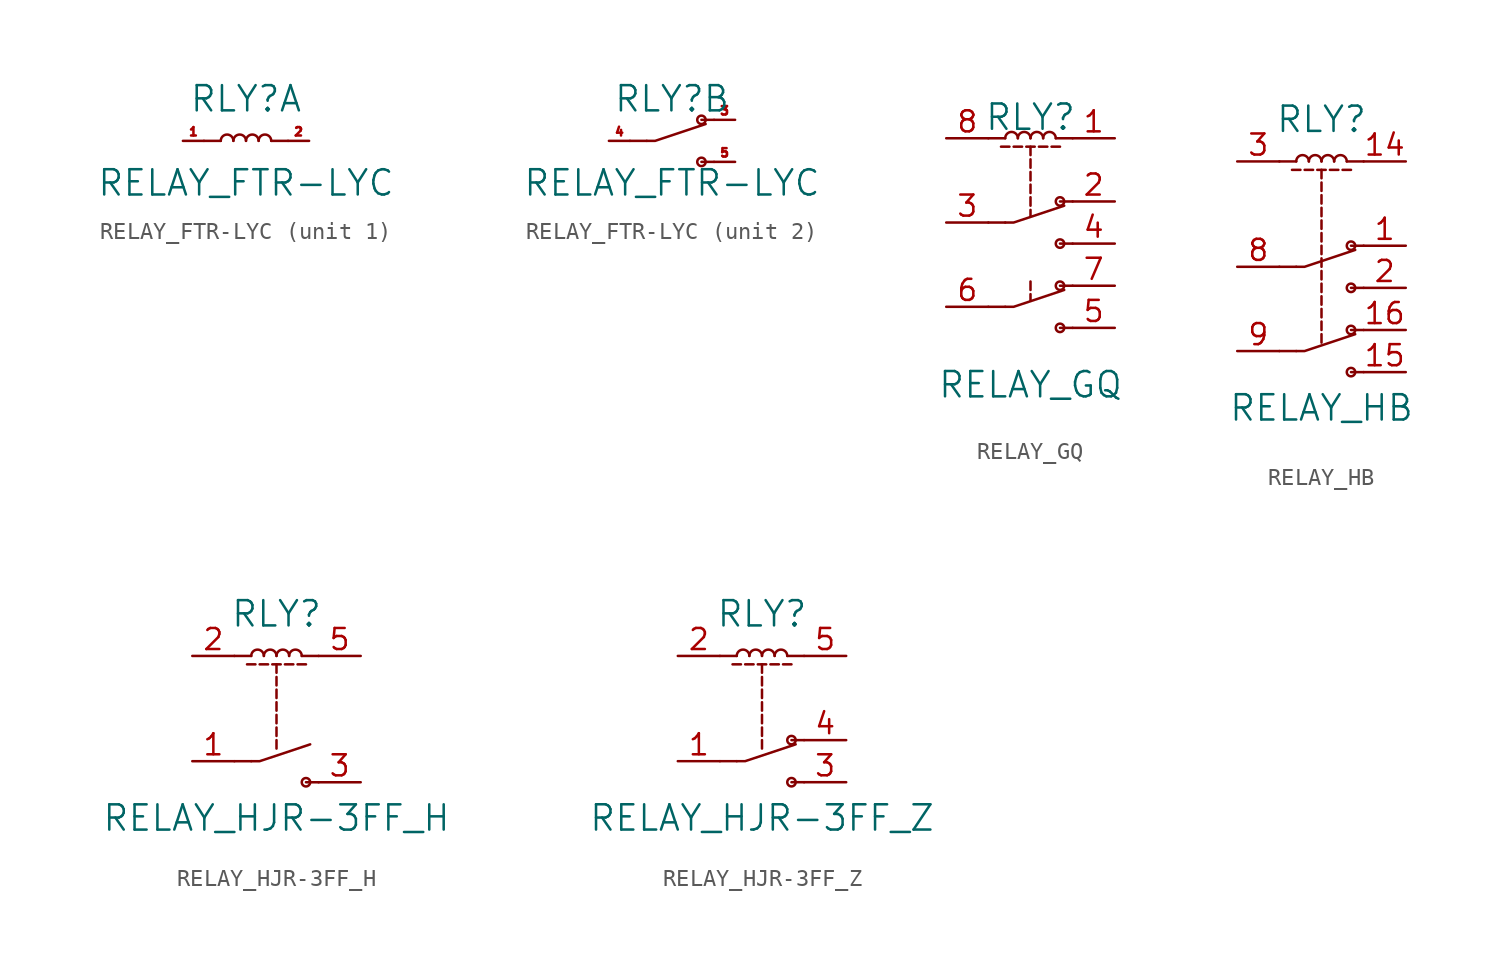
<source format=kicad_sym>
(kicad_symbol_lib
  (version 20220914)
  (generator kicad_symbol_editor)
  (symbol "RELAY_FTR-LYC"
    (pin_names
      (offset 1.016))
    (property "Reference" "RLY"
      (at 0 2.54 0)
      (effects (font (size 1.524 1.524))))
    (property "Value" "RELAY_FTR-LYC"
      (at 0 -2.54 0)
      (effects (font (size 1.524 1.524))))
    (property "Footprint" ""
      (at 0 0 0)
      (effects (font (size 1.524 1.524))))
    (property "Datasheet" ""
      (at 0 0 0)
      (effects (font (size 1.524 1.524))))
    (property "ki_locked" ""
      (at 0 0 0)
      (effects (font (size 1.27 1.27))))
    (symbol "RELAY_FTR-LYC_1_1"
      (arc (start -0.762 0) (mid -1.143 0.3794) (end -1.524 0) (stroke (width 0) (type solid)) (fill (type none)))
      (arc (start 0 0) (mid -0.381 0.3794) (end -0.762 0) (stroke (width 0) (type solid)) (fill (type none)))
      (polyline (pts (xy -1.524 0) (xy -2.54 0) (xy -2.54 0)) (stroke (width 0) (type solid)) (fill (type none)))
      (polyline (pts (xy 1.524 0) (xy 2.54 0) (xy 2.54 0)) (stroke (width 0) (type solid)) (fill (type none)))
      (arc (start 0.762 0) (mid 0.381 0.3794) (end 0 0) (stroke (width 0) (type solid)) (fill (type none)))
      (arc (start 1.524 0) (mid 1.143 0.3794) (end 0.762 0) (stroke (width 0) (type solid)) (fill (type none)))
      (pin passive line (at -3.81 0 0) (length 1.27) (name "~" (effects (font (size 1.27 1.27)))) (number "1" (effects (font (size 0.508 0.508)))))
      (pin passive line (at 3.81 0 180) (length 1.27) (name "~" (effects (font (size 1.27 1.27)))) (number "2" (effects (font (size 0.508 0.508))))))
    (symbol "RELAY_FTR-LYC_2_1"
      (polyline (pts (xy -1.524 0) (xy -2.54 0) (xy -2.54 0)) (stroke (width 0) (type solid)) (fill (type none)))
      (polyline (pts (xy 2.54 -1.27) (xy 1.778 -1.27) (xy 1.778 -1.27)) (stroke (width 0) (type solid)) (fill (type none)))
      (polyline (pts (xy 2.54 1.27) (xy 1.778 1.27) (xy 1.778 1.27)) (stroke (width 0) (type solid)) (fill (type none)))
      (polyline (pts (xy -1.524 0) (xy -1.016 0) (xy 2.032 1.016) (xy 2.032 1.016)) (stroke (width 0) (type solid)) (fill (type none)))
      (circle (center 1.778 -1.27) (radius 0.254) (stroke (width 0) (type solid)) (fill (type none)))
      (circle (center 1.778 1.27) (radius 0.254) (stroke (width 0) (type solid)) (fill (type none)))
      (pin passive line (at 3.81 1.27 180) (length 1.27) (name "~" (effects (font (size 1.27 1.27)))) (number "3" (effects (font (size 0.508 0.508)))))
      (pin passive line (at -3.81 0 0) (length 1.27) (name "~" (effects (font (size 1.27 1.27)))) (number "4" (effects (font (size 0.508 0.508)))))
      (pin passive line (at 3.81 -1.27 180) (length 1.27) (name "~" (effects (font (size 1.27 1.27)))) (number "5" (effects (font (size 0.508 0.508)))))))
  (symbol "RELAY_GQ"
    (pin_names
      (offset 1.016))
    (property "Reference" "RLY"
      (at 0 6.35 0)
      (effects (font (size 1.524 1.524))))
    (property "Value" "RELAY_GQ"
      (at 0 -9.779 0)
      (effects (font (size 1.524 1.524))))
    (property "Footprint" ""
      (at 0 0 0)
      (effects (font (size 1.524 1.524))))
    (property "Datasheet" ""
      (at 0 0 0)
      (effects (font (size 1.524 1.524))))
    (symbol "RELAY_GQ_0_1"
      (arc (start -0.762 5.08) (mid -1.143 5.4594) (end -1.524 5.08) (stroke (width 0) (type solid)) (fill (type none)))
      (polyline (pts (xy -1.778 4.572) (xy -1.27 4.572) (xy -1.27 4.572)) (stroke (width 0) (type solid)) (fill (type none)))
      (polyline (pts (xy -1.524 -5.08) (xy -2.54 -5.08) (xy -2.54 -5.08)) (stroke (width 0) (type solid)) (fill (type none)))
      (polyline (pts (xy -1.524 0) (xy -2.54 0) (xy -2.54 0)) (stroke (width 0) (type solid)) (fill (type none)))
      (polyline (pts (xy -1.524 5.08) (xy -2.54 5.08) (xy -2.54 5.08)) (stroke (width 0) (type solid)) (fill (type none)))
      (polyline (pts (xy -1.016 4.572) (xy -0.508 4.572) (xy -0.508 4.572)) (stroke (width 0) (type solid)) (fill (type none)))
      (polyline (pts (xy -0.254 4.572) (xy 0.254 4.572) (xy 0.254 4.572)) (stroke (width 0) (type solid)) (fill (type none)))
      (polyline (pts (xy 0 -4.318) (xy 0 -4.699) (xy 0 -4.699)) (stroke (width 0) (type solid)) (fill (type none)))
      (polyline (pts (xy 0 -3.556) (xy 0 -4.064) (xy 0 -4.064)) (stroke (width 0) (type solid)) (fill (type none)))
      (polyline (pts (xy 0 0.762) (xy 0 0.381) (xy 0 0.381)) (stroke (width 0) (type solid)) (fill (type none)))
      (polyline (pts (xy 0 1.524) (xy 0 1.016) (xy 0 1.016)) (stroke (width 0) (type solid)) (fill (type none)))
      (polyline (pts (xy 0 2.286) (xy 0 1.778) (xy 0 1.778)) (stroke (width 0) (type solid)) (fill (type none)))
      (polyline (pts (xy 0 3.048) (xy 0 2.54) (xy 0 2.54)) (stroke (width 0) (type solid)) (fill (type none)))
      (polyline (pts (xy 0 3.81) (xy 0 3.302) (xy 0 3.302)) (stroke (width 0) (type solid)) (fill (type none)))
      (polyline (pts (xy 0 4.572) (xy 0 4.064) (xy 0 4.064)) (stroke (width 0) (type solid)) (fill (type none)))
      (polyline (pts (xy 0.508 4.572) (xy 1.016 4.572) (xy 1.016 4.572)) (stroke (width 0) (type solid)) (fill (type none)))
      (polyline (pts (xy 1.27 4.572) (xy 1.778 4.572) (xy 1.778 4.572)) (stroke (width 0) (type solid)) (fill (type none)))
      (polyline (pts (xy 1.524 5.08) (xy 2.54 5.08) (xy 2.54 5.08)) (stroke (width 0) (type solid)) (fill (type none)))
      (polyline (pts (xy 2.54 -6.35) (xy 1.778 -6.35) (xy 1.778 -6.35)) (stroke (width 0) (type solid)) (fill (type none)))
      (polyline (pts (xy 2.54 -3.81) (xy 1.778 -3.81) (xy 1.778 -3.81)) (stroke (width 0) (type solid)) (fill (type none)))
      (polyline (pts (xy 2.54 -1.27) (xy 1.778 -1.27) (xy 1.778 -1.27)) (stroke (width 0) (type solid)) (fill (type none)))
      (polyline (pts (xy 2.54 1.27) (xy 1.778 1.27) (xy 1.778 1.27)) (stroke (width 0) (type solid)) (fill (type none)))
      (polyline (pts (xy -1.524 -5.08) (xy -1.016 -5.08) (xy 2.032 -4.064) (xy 2.032 -4.064)) (stroke (width 0) (type solid)) (fill (type none)))
      (polyline (pts (xy -1.524 0) (xy -1.016 0) (xy 2.032 1.016) (xy 2.032 1.016)) (stroke (width 0) (type solid)) (fill (type none)))
      (arc (start 0 5.08) (mid -0.381 5.4594) (end -0.762 5.08) (stroke (width 0) (type solid)) (fill (type none)))
      (arc (start 0.762 5.08) (mid 0.381 5.4594) (end 0 5.08) (stroke (width 0) (type solid)) (fill (type none)))
      (arc (start 1.524 5.08) (mid 1.143 5.4594) (end 0.762 5.08) (stroke (width 0) (type solid)) (fill (type none)))
      (circle (center 1.778 -6.35) (radius 0.254) (stroke (width 0) (type solid)) (fill (type none)))
      (circle (center 1.778 -3.81) (radius 0.254) (stroke (width 0) (type solid)) (fill (type none)))
      (circle (center 1.778 -1.27) (radius 0.254) (stroke (width 0) (type solid)) (fill (type none)))
      (circle (center 1.778 1.27) (radius 0.254) (stroke (width 0) (type solid)) (fill (type none))))
    (symbol "RELAY_GQ_1_1"
      (pin passive line (at 5.08 5.08 180) (length 2.54) (name "~" (effects (font (size 1.27 1.27)))) (number "1" (effects (font (size 1.27 1.27)))))
      (pin passive line (at 5.08 1.27 180) (length 2.54) (name "~" (effects (font (size 1.27 1.27)))) (number "2" (effects (font (size 1.27 1.27)))))
      (pin passive line (at -5.08 0 0) (length 2.54) (name "~" (effects (font (size 1.27 1.27)))) (number "3" (effects (font (size 1.27 1.27)))))
      (pin passive line (at 5.08 -1.27 180) (length 2.54) (name "~" (effects (font (size 1.27 1.27)))) (number "4" (effects (font (size 1.27 1.27)))))
      (pin passive line (at 5.08 -6.35 180) (length 2.54) (name "~" (effects (font (size 1.27 1.27)))) (number "5" (effects (font (size 1.27 1.27)))))
      (pin passive line (at -5.08 -5.08 0) (length 2.54) (name "~" (effects (font (size 1.27 1.27)))) (number "6" (effects (font (size 1.27 1.27)))))
      (pin passive line (at 5.08 -3.81 180) (length 2.54) (name "~" (effects (font (size 1.27 1.27)))) (number "7" (effects (font (size 1.27 1.27)))))
      (pin passive line (at -5.08 5.08 0) (length 2.54) (name "~" (effects (font (size 1.27 1.27)))) (number "8" (effects (font (size 1.27 1.27)))))))
  (symbol "RELAY_HB"
    (pin_names
      (offset 1.016))
    (property "Reference" "RLY"
      (at 0 8.89 0)
      (effects (font (size 1.524 1.524))))
    (property "Value" "RELAY_HB"
      (at 0 -8.509 0)
      (effects (font (size 1.524 1.524))))
    (property "Footprint" ""
      (at 0 0 0)
      (effects (font (size 1.524 1.524))))
    (property "Datasheet" ""
      (at 0 0 0)
      (effects (font (size 1.524 1.524))))
    (symbol "RELAY_HB_0_1"
      (arc (start -0.762 6.35) (mid -1.143 6.7294) (end -1.524 6.35) (stroke (width 0) (type solid)) (fill (type none)))
      (polyline (pts (xy -1.778 5.842) (xy -1.27 5.842) (xy -1.27 5.842)) (stroke (width 0) (type solid)) (fill (type none)))
      (polyline (pts (xy -1.524 -5.08) (xy -2.54 -5.08) (xy -2.54 -5.08)) (stroke (width 0) (type solid)) (fill (type none)))
      (polyline (pts (xy -1.524 0) (xy -2.54 0) (xy -2.54 0)) (stroke (width 0) (type solid)) (fill (type none)))
      (polyline (pts (xy -1.524 6.35) (xy -2.54 6.35) (xy -2.54 6.35)) (stroke (width 0) (type solid)) (fill (type none)))
      (polyline (pts (xy -1.016 5.842) (xy -0.508 5.842) (xy -0.508 5.842)) (stroke (width 0) (type solid)) (fill (type none)))
      (polyline (pts (xy -0.254 5.842) (xy 0.254 5.842) (xy 0.254 5.842)) (stroke (width 0) (type solid)) (fill (type none)))
      (polyline (pts (xy 0 -4.064) (xy 0 -4.572) (xy 0 -4.572)) (stroke (width 0) (type solid)) (fill (type none)))
      (polyline (pts (xy 0 -3.302) (xy 0 -3.81) (xy 0 -3.81)) (stroke (width 0) (type solid)) (fill (type none)))
      (polyline (pts (xy 0 -2.54) (xy 0 -3.048) (xy 0 -3.048)) (stroke (width 0) (type solid)) (fill (type none)))
      (polyline (pts (xy 0 -1.778) (xy 0 -2.286) (xy 0 -2.286)) (stroke (width 0) (type solid)) (fill (type none)))
      (polyline (pts (xy 0 -1.016) (xy 0 -1.524) (xy 0 -1.524)) (stroke (width 0) (type solid)) (fill (type none)))
      (polyline (pts (xy 0 -0.254) (xy 0 -0.762) (xy 0 -0.762)) (stroke (width 0) (type solid)) (fill (type none)))
      (polyline (pts (xy 0 0.508) (xy 0 0) (xy 0 0)) (stroke (width 0) (type solid)) (fill (type none)))
      (polyline (pts (xy 0 1.27) (xy 0 0.762) (xy 0 0.762)) (stroke (width 0) (type solid)) (fill (type none)))
      (polyline (pts (xy 0 2.032) (xy 0 1.524) (xy 0 1.524)) (stroke (width 0) (type solid)) (fill (type none)))
      (polyline (pts (xy 0 2.794) (xy 0 2.286) (xy 0 2.286)) (stroke (width 0) (type solid)) (fill (type none)))
      (polyline (pts (xy 0 3.556) (xy 0 3.048) (xy 0 3.048)) (stroke (width 0) (type solid)) (fill (type none)))
      (polyline (pts (xy 0 4.318) (xy 0 3.81) (xy 0 3.81)) (stroke (width 0) (type solid)) (fill (type none)))
      (polyline (pts (xy 0 5.08) (xy 0 4.572) (xy 0 4.572)) (stroke (width 0) (type solid)) (fill (type none)))
      (polyline (pts (xy 0 5.842) (xy 0 5.334) (xy 0 5.334)) (stroke (width 0) (type solid)) (fill (type none)))
      (polyline (pts (xy 0.508 5.842) (xy 1.016 5.842) (xy 1.016 5.842)) (stroke (width 0) (type solid)) (fill (type none)))
      (polyline (pts (xy 1.27 5.842) (xy 1.778 5.842) (xy 1.778 5.842)) (stroke (width 0) (type solid)) (fill (type none)))
      (polyline (pts (xy 1.524 6.35) (xy 2.54 6.35) (xy 2.54 6.35)) (stroke (width 0) (type solid)) (fill (type none)))
      (polyline (pts (xy 2.54 -6.35) (xy 1.778 -6.35) (xy 1.778 -6.35)) (stroke (width 0) (type solid)) (fill (type none)))
      (polyline (pts (xy 2.54 -3.81) (xy 1.778 -3.81) (xy 1.778 -3.81)) (stroke (width 0) (type solid)) (fill (type none)))
      (polyline (pts (xy 2.54 -1.27) (xy 1.778 -1.27) (xy 1.778 -1.27)) (stroke (width 0) (type solid)) (fill (type none)))
      (polyline (pts (xy 2.54 1.27) (xy 1.778 1.27) (xy 1.778 1.27)) (stroke (width 0) (type solid)) (fill (type none)))
      (polyline (pts (xy -1.524 -5.08) (xy -1.016 -5.08) (xy 2.032 -4.064) (xy 2.032 -4.064)) (stroke (width 0) (type solid)) (fill (type none)))
      (polyline (pts (xy -1.524 0) (xy -1.016 0) (xy 2.032 1.016) (xy 2.032 1.016)) (stroke (width 0) (type solid)) (fill (type none)))
      (arc (start 0 6.35) (mid -0.381 6.7294) (end -0.762 6.35) (stroke (width 0) (type solid)) (fill (type none)))
      (arc (start 0.762 6.35) (mid 0.381 6.7294) (end 0 6.35) (stroke (width 0) (type solid)) (fill (type none)))
      (arc (start 1.524 6.35) (mid 1.143 6.7294) (end 0.762 6.35) (stroke (width 0) (type solid)) (fill (type none)))
      (circle (center 1.778 -6.35) (radius 0.254) (stroke (width 0) (type solid)) (fill (type none)))
      (circle (center 1.778 -3.81) (radius 0.254) (stroke (width 0) (type solid)) (fill (type none)))
      (circle (center 1.778 -1.27) (radius 0.254) (stroke (width 0) (type solid)) (fill (type none)))
      (circle (center 1.778 1.27) (radius 0.254) (stroke (width 0) (type solid)) (fill (type none))))
    (symbol "RELAY_HB_1_1"
      (pin passive line (at 5.08 1.27 180) (length 2.54) (name "~" (effects (font (size 1.27 1.27)))) (number "1" (effects (font (size 1.27 1.27)))))
      (pin passive line (at 5.08 6.35 180) (length 2.54) (name "~" (effects (font (size 1.27 1.27)))) (number "14" (effects (font (size 1.27 1.27)))))
      (pin passive line (at 5.08 -6.35 180) (length 2.54) (name "~" (effects (font (size 1.27 1.27)))) (number "15" (effects (font (size 1.27 1.27)))))
      (pin passive line (at 5.08 -3.81 180) (length 2.54) (name "~" (effects (font (size 1.27 1.27)))) (number "16" (effects (font (size 1.27 1.27)))))
      (pin passive line (at 5.08 -1.27 180) (length 2.54) (name "~" (effects (font (size 1.27 1.27)))) (number "2" (effects (font (size 1.27 1.27)))))
      (pin passive line (at -5.08 6.35 0) (length 2.54) (name "~" (effects (font (size 1.27 1.27)))) (number "3" (effects (font (size 1.27 1.27)))))
      (pin passive line (at -5.08 0 0) (length 2.54) (name "~" (effects (font (size 1.27 1.27)))) (number "8" (effects (font (size 1.27 1.27)))))
      (pin passive line (at -5.08 -5.08 0) (length 2.54) (name "~" (effects (font (size 1.27 1.27)))) (number "9" (effects (font (size 1.27 1.27)))))))
  (symbol "RELAY_HJR-3FF_H"
    (pin_names
      (offset 1.016))
    (property "Reference" "RLY"
      (at 0 6.35 0)
      (effects (font (size 1.524 1.524))))
    (property "Value" "RELAY_HJR-3FF_H"
      (at 0 -5.969 0)
      (effects (font (size 1.524 1.524))))
    (property "Footprint" ""
      (at 0 0 0)
      (effects (font (size 1.524 1.524))))
    (property "Datasheet" ""
      (at 0 0 0)
      (effects (font (size 1.524 1.524))))
    (symbol "RELAY_HJR-3FF_H_0_1"
      (arc (start -0.762 3.81) (mid -1.143 4.1894) (end -1.524 3.81) (stroke (width 0) (type solid)) (fill (type none)))
      (polyline (pts (xy -1.778 3.302) (xy -1.27 3.302) (xy -1.27 3.302)) (stroke (width 0) (type solid)) (fill (type none)))
      (polyline (pts (xy -1.524 -2.54) (xy -2.54 -2.54) (xy -2.54 -2.54)) (stroke (width 0) (type solid)) (fill (type none)))
      (polyline (pts (xy -1.524 3.81) (xy -2.54 3.81) (xy -2.54 3.81)) (stroke (width 0) (type solid)) (fill (type none)))
      (polyline (pts (xy -1.016 3.302) (xy -0.508 3.302) (xy -0.508 3.302)) (stroke (width 0) (type solid)) (fill (type none)))
      (polyline (pts (xy -0.254 3.302) (xy 0.254 3.302) (xy 0.254 3.302)) (stroke (width 0) (type solid)) (fill (type none)))
      (polyline (pts (xy 0 -1.27) (xy 0 -1.778) (xy 0 -1.778)) (stroke (width 0) (type solid)) (fill (type none)))
      (polyline (pts (xy 0 -0.508) (xy 0 -1.016) (xy 0 -1.016)) (stroke (width 0) (type solid)) (fill (type none)))
      (polyline (pts (xy 0 0.254) (xy 0 -0.254) (xy 0 -0.254)) (stroke (width 0) (type solid)) (fill (type none)))
      (polyline (pts (xy 0 1.016) (xy 0 0.508) (xy 0 0.508)) (stroke (width 0) (type solid)) (fill (type none)))
      (polyline (pts (xy 0 1.778) (xy 0 1.27) (xy 0 1.27)) (stroke (width 0) (type solid)) (fill (type none)))
      (polyline (pts (xy 0 2.54) (xy 0 2.032) (xy 0 2.032)) (stroke (width 0) (type solid)) (fill (type none)))
      (polyline (pts (xy 0 3.302) (xy 0 2.794) (xy 0 2.794)) (stroke (width 0) (type solid)) (fill (type none)))
      (polyline (pts (xy 0.508 3.302) (xy 1.016 3.302) (xy 1.016 3.302)) (stroke (width 0) (type solid)) (fill (type none)))
      (polyline (pts (xy 1.27 3.302) (xy 1.778 3.302) (xy 1.778 3.302)) (stroke (width 0) (type solid)) (fill (type none)))
      (polyline (pts (xy 1.524 3.81) (xy 2.54 3.81) (xy 2.54 3.81)) (stroke (width 0) (type solid)) (fill (type none)))
      (polyline (pts (xy 2.54 -3.81) (xy 1.778 -3.81) (xy 1.778 -3.81)) (stroke (width 0) (type solid)) (fill (type none)))
      (polyline (pts (xy -1.524 -2.54) (xy -1.016 -2.54) (xy 2.032 -1.524) (xy 2.032 -1.524)) (stroke (width 0) (type solid)) (fill (type none)))
      (arc (start 0 3.81) (mid -0.381 4.1894) (end -0.762 3.81) (stroke (width 0) (type solid)) (fill (type none)))
      (arc (start 0.762 3.81) (mid 0.381 4.1894) (end 0 3.81) (stroke (width 0) (type solid)) (fill (type none)))
      (arc (start 1.524 3.81) (mid 1.143 4.1894) (end 0.762 3.81) (stroke (width 0) (type solid)) (fill (type none)))
      (circle (center 1.778 -3.81) (radius 0.254) (stroke (width 0) (type solid)) (fill (type none))))
    (symbol "RELAY_HJR-3FF_H_1_1"
      (pin passive line (at -5.08 -2.54 0) (length 2.54) (name "~" (effects (font (size 1.27 1.27)))) (number "1" (effects (font (size 1.27 1.27)))))
      (pin passive line (at -5.08 3.81 0) (length 2.54) (name "~" (effects (font (size 1.27 1.27)))) (number "2" (effects (font (size 1.27 1.27)))))
      (pin passive line (at 5.08 -3.81 180) (length 2.54) (name "~" (effects (font (size 1.27 1.27)))) (number "3" (effects (font (size 1.27 1.27)))))
      (pin passive line (at 5.08 3.81 180) (length 2.54) (name "~" (effects (font (size 1.27 1.27)))) (number "5" (effects (font (size 1.27 1.27)))))))
  (symbol "RELAY_HJR-3FF_Z"
    (pin_names
      (offset 1.016))
    (property "Reference" "RLY"
      (at 0 6.35 0)
      (effects (font (size 1.524 1.524))))
    (property "Value" "RELAY_HJR-3FF_Z"
      (at 0 -5.969 0)
      (effects (font (size 1.524 1.524))))
    (property "Footprint" ""
      (at 0 0 0)
      (effects (font (size 1.524 1.524))))
    (property "Datasheet" ""
      (at 0 0 0)
      (effects (font (size 1.524 1.524))))
    (symbol "RELAY_HJR-3FF_Z_0_1"
      (arc (start -0.762 3.81) (mid -1.143 4.1894) (end -1.524 3.81) (stroke (width 0) (type solid)) (fill (type none)))
      (polyline (pts (xy -1.778 3.302) (xy -1.27 3.302) (xy -1.27 3.302)) (stroke (width 0) (type solid)) (fill (type none)))
      (polyline (pts (xy -1.524 -2.54) (xy -2.54 -2.54) (xy -2.54 -2.54)) (stroke (width 0) (type solid)) (fill (type none)))
      (polyline (pts (xy -1.524 3.81) (xy -2.54 3.81) (xy -2.54 3.81)) (stroke (width 0) (type solid)) (fill (type none)))
      (polyline (pts (xy -1.016 3.302) (xy -0.508 3.302) (xy -0.508 3.302)) (stroke (width 0) (type solid)) (fill (type none)))
      (polyline (pts (xy -0.254 3.302) (xy 0.254 3.302) (xy 0.254 3.302)) (stroke (width 0) (type solid)) (fill (type none)))
      (polyline (pts (xy 0 -1.27) (xy 0 -1.778) (xy 0 -1.778)) (stroke (width 0) (type solid)) (fill (type none)))
      (polyline (pts (xy 0 -0.508) (xy 0 -1.016) (xy 0 -1.016)) (stroke (width 0) (type solid)) (fill (type none)))
      (polyline (pts (xy 0 0.254) (xy 0 -0.254) (xy 0 -0.254)) (stroke (width 0) (type solid)) (fill (type none)))
      (polyline (pts (xy 0 1.016) (xy 0 0.508) (xy 0 0.508)) (stroke (width 0) (type solid)) (fill (type none)))
      (polyline (pts (xy 0 1.778) (xy 0 1.27) (xy 0 1.27)) (stroke (width 0) (type solid)) (fill (type none)))
      (polyline (pts (xy 0 2.54) (xy 0 2.032) (xy 0 2.032)) (stroke (width 0) (type solid)) (fill (type none)))
      (polyline (pts (xy 0 3.302) (xy 0 2.794) (xy 0 2.794)) (stroke (width 0) (type solid)) (fill (type none)))
      (polyline (pts (xy 0.508 3.302) (xy 1.016 3.302) (xy 1.016 3.302)) (stroke (width 0) (type solid)) (fill (type none)))
      (polyline (pts (xy 1.27 3.302) (xy 1.778 3.302) (xy 1.778 3.302)) (stroke (width 0) (type solid)) (fill (type none)))
      (polyline (pts (xy 1.524 3.81) (xy 2.54 3.81) (xy 2.54 3.81)) (stroke (width 0) (type solid)) (fill (type none)))
      (polyline (pts (xy 2.54 -3.81) (xy 1.778 -3.81) (xy 1.778 -3.81)) (stroke (width 0) (type solid)) (fill (type none)))
      (polyline (pts (xy 2.54 -1.27) (xy 1.778 -1.27) (xy 1.778 -1.27)) (stroke (width 0) (type solid)) (fill (type none)))
      (polyline (pts (xy -1.524 -2.54) (xy -1.016 -2.54) (xy 2.032 -1.524) (xy 2.032 -1.524)) (stroke (width 0) (type solid)) (fill (type none)))
      (arc (start 0 3.81) (mid -0.381 4.1894) (end -0.762 3.81) (stroke (width 0) (type solid)) (fill (type none)))
      (arc (start 0.762 3.81) (mid 0.381 4.1894) (end 0 3.81) (stroke (width 0) (type solid)) (fill (type none)))
      (arc (start 1.524 3.81) (mid 1.143 4.1894) (end 0.762 3.81) (stroke (width 0) (type solid)) (fill (type none)))
      (circle (center 1.778 -3.81) (radius 0.254) (stroke (width 0) (type solid)) (fill (type none)))
      (circle (center 1.778 -1.27) (radius 0.254) (stroke (width 0) (type solid)) (fill (type none))))
    (symbol "RELAY_HJR-3FF_Z_1_1"
      (pin passive line (at -5.08 -2.54 0) (length 2.54) (name "~" (effects (font (size 1.27 1.27)))) (number "1" (effects (font (size 1.27 1.27)))))
      (pin passive line (at -5.08 3.81 0) (length 2.54) (name "~" (effects (font (size 1.27 1.27)))) (number "2" (effects (font (size 1.27 1.27)))))
      (pin passive line (at 5.08 -3.81 180) (length 2.54) (name "~" (effects (font (size 1.27 1.27)))) (number "3" (effects (font (size 1.27 1.27)))))
      (pin passive line (at 5.08 -1.27 180) (length 2.54) (name "~" (effects (font (size 1.27 1.27)))) (number "4" (effects (font (size 1.27 1.27)))))
      (pin passive line (at 5.08 3.81 180) (length 2.54) (name "~" (effects (font (size 1.27 1.27)))) (number "5" (effects (font (size 1.27 1.27))))))))
</source>
